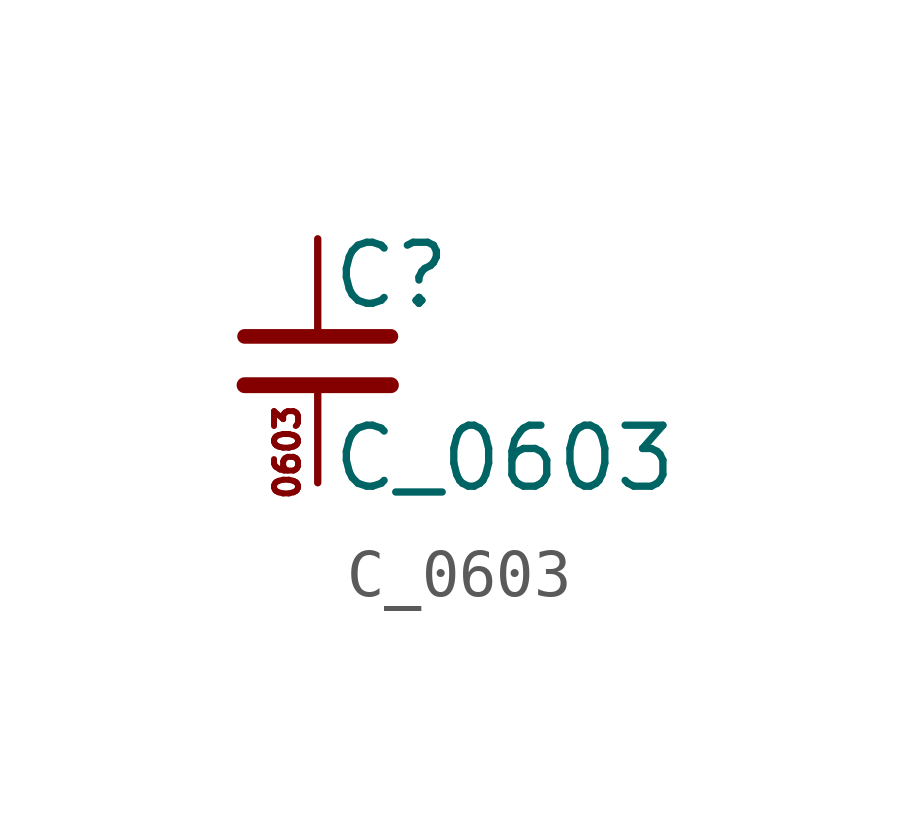
<source format=kicad_sym>
(kicad_symbol_lib
  (version 20211014)
  (generator kicad_symbol_editor)
  (symbol "C_0603"
    (pin_numbers hide)
    (pin_names
      (offset 0.254) hide)
    (property "Reference" "C"
      (at 0.254 1.778 0)
      (effects (font (size 1.27 1.27)) (justify left)))
    (property "Value" "C_0603"
      (at 0.254 -2.032 0)
      (effects (font (size 1.27 1.27)) (justify left)))
    (symbol "C_0603_0_0"
      (text "0603" (at -0.635 -1.905 900) (effects (font (size 0.5 0.5)))))
    (symbol "C_0603_0_1"
      (polyline (pts (xy -1.524 -0.508) (xy 1.524 -0.508)) (stroke (width 0.33) (type default) (color 0 0 0 0)) (fill (type none)))
      (polyline (pts (xy -1.524 0.508) (xy 1.524 0.508)) (stroke (width 0.305) (type default) (color 0 0 0 0)) (fill (type none))))
    (symbol "C_0603_1_1"
      (pin passive line (at 0 2.54 270) (length 2.032) (name "1" (effects (font (size 1.27 1.27)))) (number "1" (effects (font (size 1.27 1.27)))))
      (pin passive line (at 0 -2.54 90) (length 2.032) (name "2" (effects (font (size 1.27 1.27)))) (number "2" (effects (font (size 1.27 1.27))))))))
</source>
